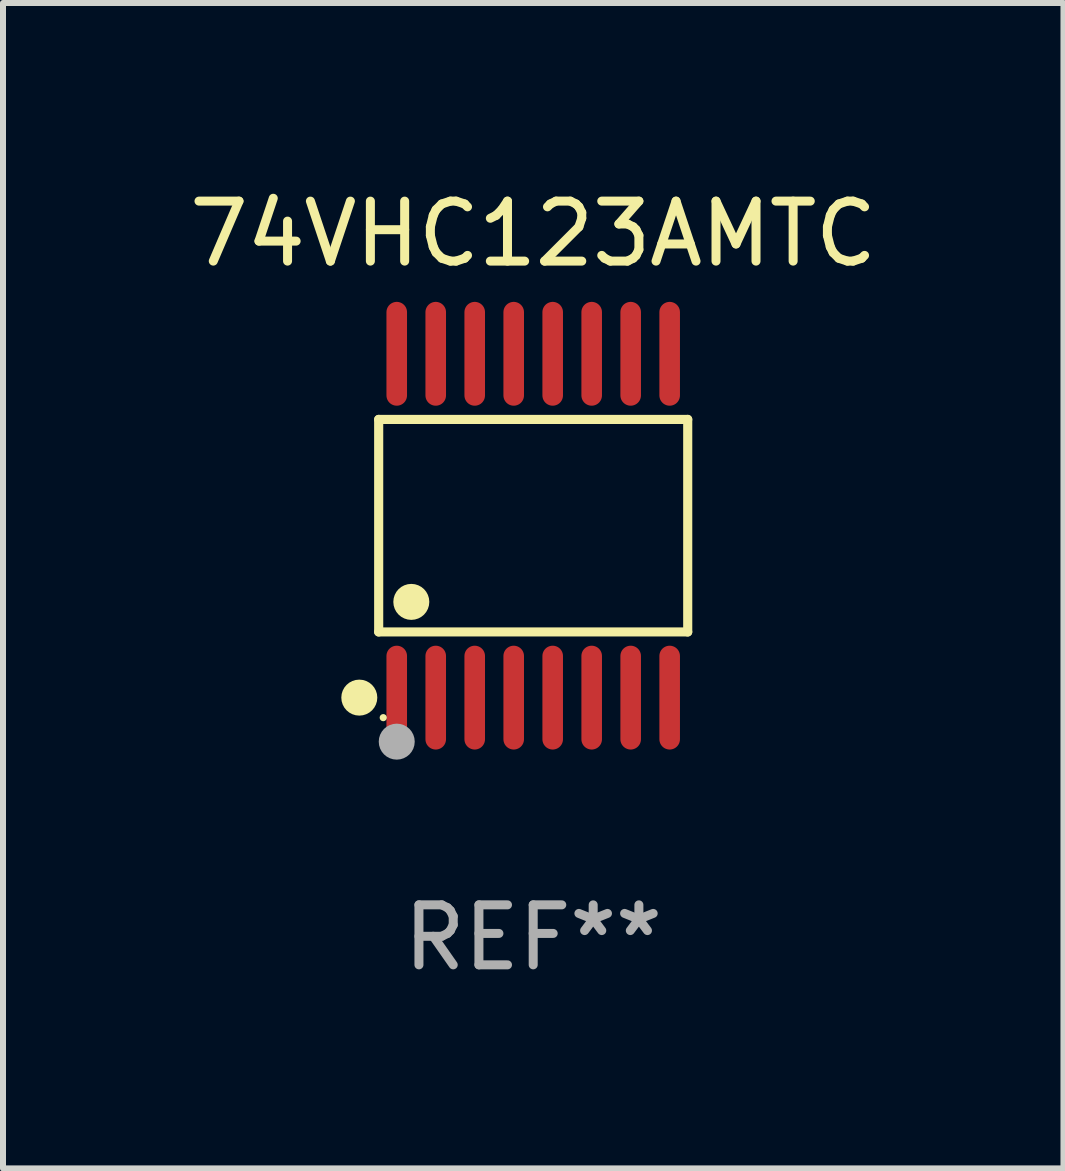
<source format=kicad_pcb>
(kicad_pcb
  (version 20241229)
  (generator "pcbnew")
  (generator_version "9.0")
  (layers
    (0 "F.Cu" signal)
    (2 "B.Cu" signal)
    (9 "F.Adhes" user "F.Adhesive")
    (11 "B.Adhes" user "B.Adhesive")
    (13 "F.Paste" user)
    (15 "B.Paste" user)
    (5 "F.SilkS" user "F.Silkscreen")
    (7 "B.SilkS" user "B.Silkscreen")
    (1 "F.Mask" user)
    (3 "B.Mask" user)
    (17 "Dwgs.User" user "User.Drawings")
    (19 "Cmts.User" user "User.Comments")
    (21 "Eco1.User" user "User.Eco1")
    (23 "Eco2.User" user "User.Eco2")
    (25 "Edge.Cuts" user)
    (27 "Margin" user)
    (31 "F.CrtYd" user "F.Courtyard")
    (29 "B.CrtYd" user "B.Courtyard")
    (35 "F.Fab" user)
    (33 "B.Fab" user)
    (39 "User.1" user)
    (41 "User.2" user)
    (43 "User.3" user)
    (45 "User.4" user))
  (footprint "74VHC123AMTC"
    (layer "F.Cu")
    (at 5.839 5.714)
    (property "Reference" "74VHC123AMTC" (at 0 -4.866 0) (layer "F.SilkS") (effects (font (size 1 1) (thickness 0.15))))
    (attr through_hole)
    (fp_line (start -2.576 -1.772) (end 2.576 -1.772) (stroke (width 0.152) (type solid)) (layer "F.SilkS"))
    (fp_line (start -2.576 1.771) (end -2.576 -1.772) (stroke (width 0.152) (type solid)) (layer "F.SilkS"))
    (fp_line (start 2.576 -1.772) (end 2.576 1.771) (stroke (width 0.152) (type solid)) (layer "F.SilkS"))
    (fp_line (start 2.576 1.771) (end -2.576 1.771) (stroke (width 0.152) (type solid)) (layer "F.SilkS"))
    (fp_circle (center -2.899 2.866) (end -2.749 2.866) (stroke (width 0.3) (type solid)) (fill no) (layer "F.SilkS"))
    (fp_circle (center -2.5 3.2) (end -2.47 3.2) (stroke (width 0.06) (type solid)) (fill no) (layer "F.SilkS"))
    (fp_circle (center -2.032 1.27) (end -1.882 1.27) (stroke (width 0.3) (type solid)) (fill no) (layer "F.SilkS"))
    (fp_circle (center -2.275 3.6) (end -2.125 3.6) (stroke (width 0.3) (type solid)) (fill no) (layer "F.Fab"))
    (fp_text user "REF**" (at 0 6.866 0) (layer "F.Fab") (effects (font (size 1 1) (thickness 0.15))))
    (pad "1" smd oval (at -2.275 2.866) (size 0.343 1.731) (layers "F.Cu" "F.Mask" "F.Paste"))
    (pad "2" smd oval (at -1.625 2.866) (size 0.343 1.731) (layers "F.Cu" "F.Mask" "F.Paste"))
    (pad "3" smd oval (at -0.975 2.866) (size 0.343 1.731) (layers "F.Cu" "F.Mask" "F.Paste"))
    (pad "4" smd oval (at -0.325 2.866) (size 0.343 1.731) (layers "F.Cu" "F.Mask" "F.Paste"))
    (pad "5" smd oval (at 0.325 2.866) (size 0.343 1.731) (layers "F.Cu" "F.Mask" "F.Paste"))
    (pad "6" smd oval (at 0.975 2.866) (size 0.343 1.731) (layers "F.Cu" "F.Mask" "F.Paste"))
    (pad "7" smd oval (at 1.625 2.866) (size 0.343 1.731) (layers "F.Cu" "F.Mask" "F.Paste"))
    (pad "8" smd oval (at 2.275 2.866) (size 0.343 1.731) (layers "F.Cu" "F.Mask" "F.Paste"))
    (pad "9" smd oval (at 2.275 -2.866) (size 0.343 1.731) (layers "F.Cu" "F.Mask" "F.Paste"))
    (pad "10" smd oval (at 1.625 -2.866) (size 0.343 1.731) (layers "F.Cu" "F.Mask" "F.Paste"))
    (pad "11" smd oval (at 0.975 -2.866) (size 0.343 1.731) (layers "F.Cu" "F.Mask" "F.Paste"))
    (pad "12" smd oval (at 0.325 -2.866) (size 0.343 1.731) (layers "F.Cu" "F.Mask" "F.Paste"))
    (pad "13" smd oval (at -0.325 -2.866) (size 0.343 1.731) (layers "F.Cu" "F.Mask" "F.Paste"))
    (pad "14" smd oval (at -0.975 -2.866) (size 0.343 1.731) (layers "F.Cu" "F.Mask" "F.Paste"))
    (pad "15" smd oval (at -1.625 -2.866) (size 0.343 1.731) (layers "F.Cu" "F.Mask" "F.Paste"))
    (pad "16" smd oval (at -2.275 -2.866) (size 0.343 1.731) (layers "F.Cu" "F.Mask" "F.Paste")))
  (gr_rect
    (start -3 -3)
    (end 14.679 16.428)
    (stroke (width 0.1) (type default))
    (fill no)
    (layer "Edge.Cuts")))
</source>
